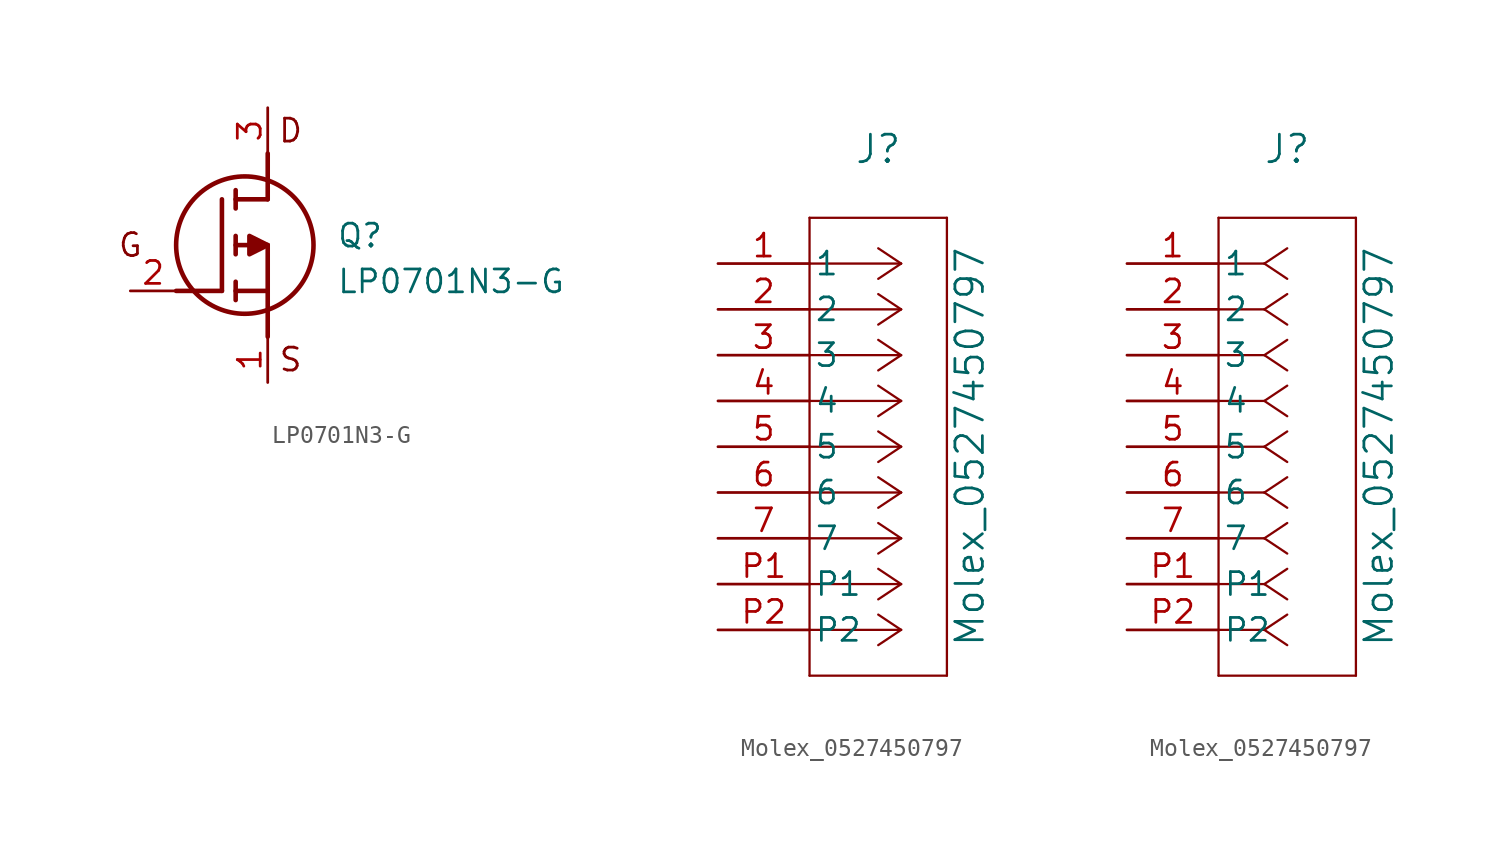
<source format=kicad_sym>
(kicad_symbol_lib
  (version 20220914)
  (generator kicad_symbol_editor)
  (symbol "LP0701N3-G"
    (pin_names hide)
    (property "Reference" "Q"
      (at 11.43 3.81 0)
      (effects (font (size 1.27 1.27)) (justify left top)))
    (property "Value" "LP0701N3-G"
      (at 11.43 1.27 0)
      (effects (font (size 1.27 1.27)) (justify left top)))
    (symbol "LP0701N3-G_1_1"
      (polyline (pts (xy 2.54 0) (xy 5.08 0)) (stroke (width 0.254) (type default)) (fill (type none)))
      (polyline (pts (xy 5.08 5.08) (xy 5.08 0)) (stroke (width 0.254) (type default)) (fill (type none)))
      (polyline (pts (xy 5.842 -0.508) (xy 5.842 0.508)) (stroke (width 0.254) (type default)) (fill (type none)))
      (polyline (pts (xy 5.842 0) (xy 7.62 0)) (stroke (width 0.254) (type default)) (fill (type none)))
      (polyline (pts (xy 5.842 2.032) (xy 5.842 3.048)) (stroke (width 0.254) (type default)) (fill (type none)))
      (polyline (pts (xy 5.842 5.588) (xy 5.842 4.572)) (stroke (width 0.254) (type default)) (fill (type none)))
      (polyline (pts (xy 7.62 2.54) (xy 5.842 2.54)) (stroke (width 0.254) (type default)) (fill (type none)))
      (polyline (pts (xy 7.62 2.54) (xy 7.62 -2.54)) (stroke (width 0.254) (type default)) (fill (type none)))
      (polyline (pts (xy 7.62 5.08) (xy 5.842 5.08)) (stroke (width 0.254) (type default)) (fill (type none)))
      (polyline (pts (xy 7.62 5.08) (xy 7.62 7.62)) (stroke (width 0.254) (type default)) (fill (type none)))
      (polyline (pts (xy 7.62 2.54) (xy 6.604 3.048) (xy 6.604 2.032) (xy 7.62 2.54)) (stroke (width 0.254) (type default)) (fill (type outline)))
      (circle (center 6.35 2.54) (radius 3.81) (stroke (width 0.254) (type default)) (fill (type none)))
      (text "D" (at 8.89 8.89 0) (effects (font (size 1.27 1.27))))
      (text "G" (at 0 2.54 0) (effects (font (size 1.27 1.27))))
      (text "S" (at 8.89 -3.81 0) (effects (font (size 1.27 1.27))))
      (pin passive line (at 7.62 -5.08 90) (length 2.54) (name "S" (effects (font (size 1.27 1.27)))) (number "1" (effects (font (size 1.27 1.27)))))
      (pin passive line (at 0 0 0) (length 2.54) (name "G" (effects (font (size 1.27 1.27)))) (number "2" (effects (font (size 1.27 1.27)))))
      (pin passive line (at 7.62 10.16 270) (length 2.54) (name "D" (effects (font (size 1.27 1.27)))) (number "3" (effects (font (size 1.27 1.27)))))))
  (symbol "Molex_0527450797"
    (pin_names
      (offset 0.254))
    (property "Reference" "J"
      (at 8.89 6.35 0)
      (effects (font (size 1.524 1.524))))
    (property "Value" "Molex_0527450797"
      (at 13.97 -10.16 90)
      (effects (font (size 1.524 1.524))))
    (symbol "Molex_0527450797_1_1"
      (polyline (pts (xy 5.08 -22.86) (xy 12.7 -22.86)) (stroke (width 0.127) (type default)) (fill (type none)))
      (polyline (pts (xy 5.08 2.54) (xy 5.08 -22.86)) (stroke (width 0.127) (type default)) (fill (type none)))
      (polyline (pts (xy 10.16 -20.32) (xy 5.08 -20.32)) (stroke (width 0.127) (type default)) (fill (type none)))
      (polyline (pts (xy 10.16 -20.32) (xy 8.89 -21.167)) (stroke (width 0.127) (type default)) (fill (type none)))
      (polyline (pts (xy 10.16 -20.32) (xy 8.89 -19.473)) (stroke (width 0.127) (type default)) (fill (type none)))
      (polyline (pts (xy 10.16 -17.78) (xy 5.08 -17.78)) (stroke (width 0.127) (type default)) (fill (type none)))
      (polyline (pts (xy 10.16 -17.78) (xy 8.89 -18.627)) (stroke (width 0.127) (type default)) (fill (type none)))
      (polyline (pts (xy 10.16 -17.78) (xy 8.89 -16.933)) (stroke (width 0.127) (type default)) (fill (type none)))
      (polyline (pts (xy 10.16 -15.24) (xy 5.08 -15.24)) (stroke (width 0.127) (type default)) (fill (type none)))
      (polyline (pts (xy 10.16 -15.24) (xy 8.89 -16.087)) (stroke (width 0.127) (type default)) (fill (type none)))
      (polyline (pts (xy 10.16 -15.24) (xy 8.89 -14.393)) (stroke (width 0.127) (type default)) (fill (type none)))
      (polyline (pts (xy 10.16 -12.7) (xy 5.08 -12.7)) (stroke (width 0.127) (type default)) (fill (type none)))
      (polyline (pts (xy 10.16 -12.7) (xy 8.89 -13.547)) (stroke (width 0.127) (type default)) (fill (type none)))
      (polyline (pts (xy 10.16 -12.7) (xy 8.89 -11.853)) (stroke (width 0.127) (type default)) (fill (type none)))
      (polyline (pts (xy 10.16 -10.16) (xy 5.08 -10.16)) (stroke (width 0.127) (type default)) (fill (type none)))
      (polyline (pts (xy 10.16 -10.16) (xy 8.89 -11.007)) (stroke (width 0.127) (type default)) (fill (type none)))
      (polyline (pts (xy 10.16 -10.16) (xy 8.89 -9.313)) (stroke (width 0.127) (type default)) (fill (type none)))
      (polyline (pts (xy 10.16 -7.62) (xy 5.08 -7.62)) (stroke (width 0.127) (type default)) (fill (type none)))
      (polyline (pts (xy 10.16 -7.62) (xy 8.89 -8.467)) (stroke (width 0.127) (type default)) (fill (type none)))
      (polyline (pts (xy 10.16 -7.62) (xy 8.89 -6.773)) (stroke (width 0.127) (type default)) (fill (type none)))
      (polyline (pts (xy 10.16 -5.08) (xy 5.08 -5.08)) (stroke (width 0.127) (type default)) (fill (type none)))
      (polyline (pts (xy 10.16 -5.08) (xy 8.89 -5.927)) (stroke (width 0.127) (type default)) (fill (type none)))
      (polyline (pts (xy 10.16 -5.08) (xy 8.89 -4.233)) (stroke (width 0.127) (type default)) (fill (type none)))
      (polyline (pts (xy 10.16 -2.54) (xy 5.08 -2.54)) (stroke (width 0.127) (type default)) (fill (type none)))
      (polyline (pts (xy 10.16 -2.54) (xy 8.89 -3.387)) (stroke (width 0.127) (type default)) (fill (type none)))
      (polyline (pts (xy 10.16 -2.54) (xy 8.89 -1.693)) (stroke (width 0.127) (type default)) (fill (type none)))
      (polyline (pts (xy 10.16 0) (xy 5.08 0)) (stroke (width 0.127) (type default)) (fill (type none)))
      (polyline (pts (xy 10.16 0) (xy 8.89 -0.847)) (stroke (width 0.127) (type default)) (fill (type none)))
      (polyline (pts (xy 10.16 0) (xy 8.89 0.847)) (stroke (width 0.127) (type default)) (fill (type none)))
      (polyline (pts (xy 12.7 -22.86) (xy 12.7 2.54)) (stroke (width 0.127) (type default)) (fill (type none)))
      (polyline (pts (xy 12.7 2.54) (xy 5.08 2.54)) (stroke (width 0.127) (type default)) (fill (type none)))
      (pin bidirectional line (at 0 0 0) (length 5.08) (name "1" (effects (font (size 1.27 1.27)))) (number "1" (effects (font (size 1.27 1.27)))))
      (pin bidirectional line (at 0 -2.54 0) (length 5.08) (name "2" (effects (font (size 1.27 1.27)))) (number "2" (effects (font (size 1.27 1.27)))))
      (pin bidirectional line (at 0 -5.08 0) (length 5.08) (name "3" (effects (font (size 1.27 1.27)))) (number "3" (effects (font (size 1.27 1.27)))))
      (pin bidirectional line (at 0 -7.62 0) (length 5.08) (name "4" (effects (font (size 1.27 1.27)))) (number "4" (effects (font (size 1.27 1.27)))))
      (pin bidirectional line (at 0 -10.16 0) (length 5.08) (name "5" (effects (font (size 1.27 1.27)))) (number "5" (effects (font (size 1.27 1.27)))))
      (pin bidirectional line (at 0 -12.7 0) (length 5.08) (name "6" (effects (font (size 1.27 1.27)))) (number "6" (effects (font (size 1.27 1.27)))))
      (pin bidirectional line (at 0 -15.24 0) (length 5.08) (name "7" (effects (font (size 1.27 1.27)))) (number "7" (effects (font (size 1.27 1.27)))))
      (pin bidirectional line (at 0 -17.78 0) (length 5.08) (name "P1" (effects (font (size 1.27 1.27)))) (number "P1" (effects (font (size 1.27 1.27)))))
      (pin bidirectional line (at 0 -20.32 0) (length 5.08) (name "P2" (effects (font (size 1.27 1.27)))) (number "P2" (effects (font (size 1.27 1.27))))))
    (symbol "Molex_0527450797_1_2"
      (polyline (pts (xy 5.08 -22.86) (xy 12.7 -22.86)) (stroke (width 0.127) (type default)) (fill (type none)))
      (polyline (pts (xy 5.08 2.54) (xy 5.08 -22.86)) (stroke (width 0.127) (type default)) (fill (type none)))
      (polyline (pts (xy 7.62 -20.32) (xy 5.08 -20.32)) (stroke (width 0.127) (type default)) (fill (type none)))
      (polyline (pts (xy 7.62 -20.32) (xy 8.89 -21.167)) (stroke (width 0.127) (type default)) (fill (type none)))
      (polyline (pts (xy 7.62 -20.32) (xy 8.89 -19.473)) (stroke (width 0.127) (type default)) (fill (type none)))
      (polyline (pts (xy 7.62 -17.78) (xy 5.08 -17.78)) (stroke (width 0.127) (type default)) (fill (type none)))
      (polyline (pts (xy 7.62 -17.78) (xy 8.89 -18.627)) (stroke (width 0.127) (type default)) (fill (type none)))
      (polyline (pts (xy 7.62 -17.78) (xy 8.89 -16.933)) (stroke (width 0.127) (type default)) (fill (type none)))
      (polyline (pts (xy 7.62 -15.24) (xy 5.08 -15.24)) (stroke (width 0.127) (type default)) (fill (type none)))
      (polyline (pts (xy 7.62 -15.24) (xy 8.89 -16.087)) (stroke (width 0.127) (type default)) (fill (type none)))
      (polyline (pts (xy 7.62 -15.24) (xy 8.89 -14.393)) (stroke (width 0.127) (type default)) (fill (type none)))
      (polyline (pts (xy 7.62 -12.7) (xy 5.08 -12.7)) (stroke (width 0.127) (type default)) (fill (type none)))
      (polyline (pts (xy 7.62 -12.7) (xy 8.89 -13.547)) (stroke (width 0.127) (type default)) (fill (type none)))
      (polyline (pts (xy 7.62 -12.7) (xy 8.89 -11.853)) (stroke (width 0.127) (type default)) (fill (type none)))
      (polyline (pts (xy 7.62 -10.16) (xy 5.08 -10.16)) (stroke (width 0.127) (type default)) (fill (type none)))
      (polyline (pts (xy 7.62 -10.16) (xy 8.89 -11.007)) (stroke (width 0.127) (type default)) (fill (type none)))
      (polyline (pts (xy 7.62 -10.16) (xy 8.89 -9.313)) (stroke (width 0.127) (type default)) (fill (type none)))
      (polyline (pts (xy 7.62 -7.62) (xy 5.08 -7.62)) (stroke (width 0.127) (type default)) (fill (type none)))
      (polyline (pts (xy 7.62 -7.62) (xy 8.89 -8.467)) (stroke (width 0.127) (type default)) (fill (type none)))
      (polyline (pts (xy 7.62 -7.62) (xy 8.89 -6.773)) (stroke (width 0.127) (type default)) (fill (type none)))
      (polyline (pts (xy 7.62 -5.08) (xy 5.08 -5.08)) (stroke (width 0.127) (type default)) (fill (type none)))
      (polyline (pts (xy 7.62 -5.08) (xy 8.89 -5.927)) (stroke (width 0.127) (type default)) (fill (type none)))
      (polyline (pts (xy 7.62 -5.08) (xy 8.89 -4.233)) (stroke (width 0.127) (type default)) (fill (type none)))
      (polyline (pts (xy 7.62 -2.54) (xy 5.08 -2.54)) (stroke (width 0.127) (type default)) (fill (type none)))
      (polyline (pts (xy 7.62 -2.54) (xy 8.89 -3.387)) (stroke (width 0.127) (type default)) (fill (type none)))
      (polyline (pts (xy 7.62 -2.54) (xy 8.89 -1.693)) (stroke (width 0.127) (type default)) (fill (type none)))
      (polyline (pts (xy 7.62 0) (xy 5.08 0)) (stroke (width 0.127) (type default)) (fill (type none)))
      (polyline (pts (xy 7.62 0) (xy 8.89 -0.847)) (stroke (width 0.127) (type default)) (fill (type none)))
      (polyline (pts (xy 7.62 0) (xy 8.89 0.847)) (stroke (width 0.127) (type default)) (fill (type none)))
      (polyline (pts (xy 12.7 -22.86) (xy 12.7 2.54)) (stroke (width 0.127) (type default)) (fill (type none)))
      (polyline (pts (xy 12.7 2.54) (xy 5.08 2.54)) (stroke (width 0.127) (type default)) (fill (type none)))
      (pin unspecified line (at 0 0 0) (length 5.08) (name "1" (effects (font (size 1.27 1.27)))) (number "1" (effects (font (size 1.27 1.27)))))
      (pin unspecified line (at 0 -2.54 0) (length 5.08) (name "2" (effects (font (size 1.27 1.27)))) (number "2" (effects (font (size 1.27 1.27)))))
      (pin unspecified line (at 0 -5.08 0) (length 5.08) (name "3" (effects (font (size 1.27 1.27)))) (number "3" (effects (font (size 1.27 1.27)))))
      (pin unspecified line (at 0 -7.62 0) (length 5.08) (name "4" (effects (font (size 1.27 1.27)))) (number "4" (effects (font (size 1.27 1.27)))))
      (pin unspecified line (at 0 -10.16 0) (length 5.08) (name "5" (effects (font (size 1.27 1.27)))) (number "5" (effects (font (size 1.27 1.27)))))
      (pin unspecified line (at 0 -12.7 0) (length 5.08) (name "6" (effects (font (size 1.27 1.27)))) (number "6" (effects (font (size 1.27 1.27)))))
      (pin unspecified line (at 0 -15.24 0) (length 5.08) (name "7" (effects (font (size 1.27 1.27)))) (number "7" (effects (font (size 1.27 1.27)))))
      (pin unspecified line (at 0 -17.78 0) (length 5.08) (name "P1" (effects (font (size 1.27 1.27)))) (number "P1" (effects (font (size 1.27 1.27)))))
      (pin unspecified line (at 0 -20.32 0) (length 5.08) (name "P2" (effects (font (size 1.27 1.27)))) (number "P2" (effects (font (size 1.27 1.27))))))))
</source>
